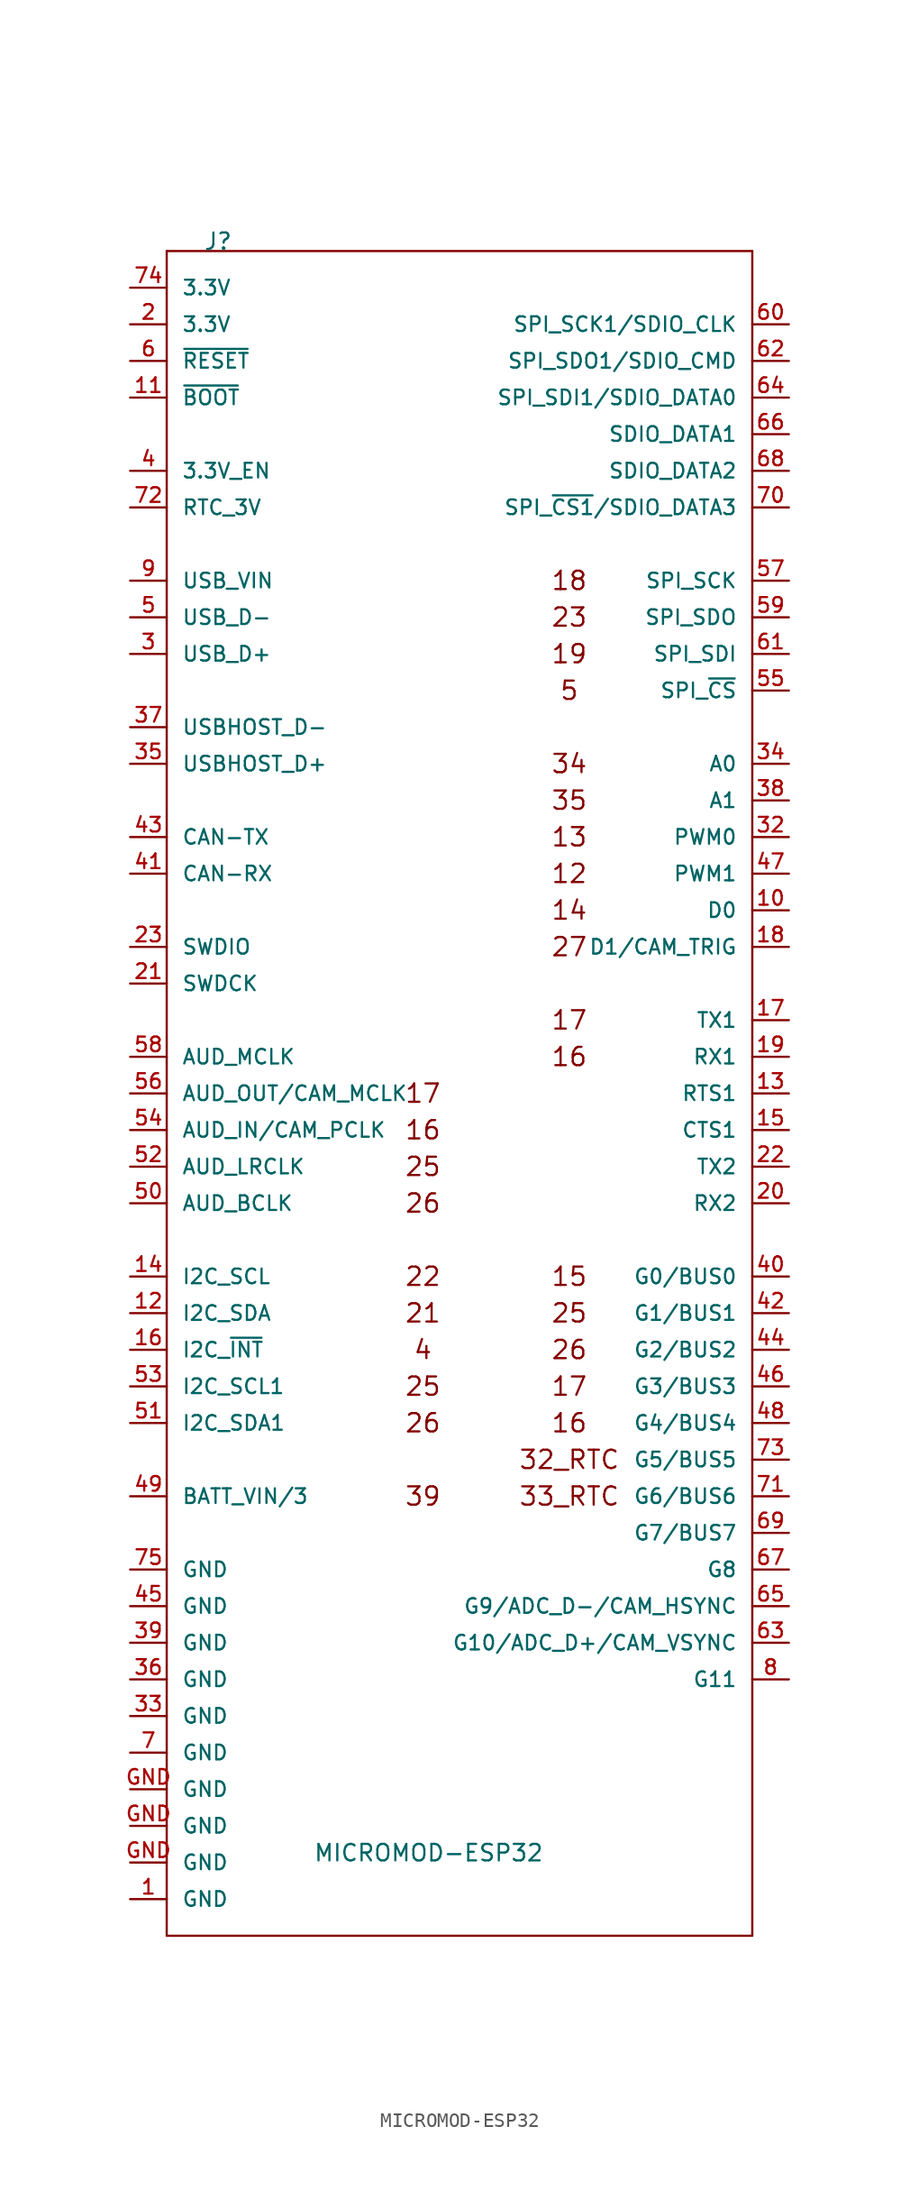
<source format=kicad_sym>
(kicad_symbol_lib
  (version 20211014)
  (generator kicad_symbol_editor)
  (symbol "MICROMOD-ESP32"
    (pin_names
      (offset 1.016))
    (property "Reference" "J"
      (at -17.78 55.88 0)
      (effects (font (size 1.143 1.143)) (justify left bottom)))
    (property "Value" "MICROMOD-ESP32"
      (at -10.16 -55.88 0)
      (effects (font (size 1.143 1.143)) (justify left bottom)))
    (property "ki_locked" ""
      (at 0 0 0)
      (effects (font (size 1.27 1.27))))
    (symbol "MICROMOD-ESP32_0_0"
      (text "12" (at 7.62 12.7 0) (effects (font (size 1.27 1.27))))
      (text "13" (at 7.62 15.24 0) (effects (font (size 1.27 1.27))))
      (text "14" (at 7.62 10.16 0) (effects (font (size 1.27 1.27))))
      (text "15" (at 7.62 -15.24 0) (effects (font (size 1.27 1.27))))
      (text "16" (at -2.54 -5.08 0) (effects (font (size 1.27 1.27))))
      (text "16" (at 7.62 -25.4 0) (effects (font (size 1.27 1.27))))
      (text "16" (at 7.62 0 0) (effects (font (size 1.27 1.27))))
      (text "17" (at -2.54 -2.54 0) (effects (font (size 1.27 1.27))))
      (text "17" (at 7.62 -22.86 0) (effects (font (size 1.27 1.27))))
      (text "17" (at 7.62 2.54 0) (effects (font (size 1.27 1.27))))
      (text "18" (at 7.62 33.02 0) (effects (font (size 1.27 1.27))))
      (text "19" (at 7.62 27.94 0) (effects (font (size 1.27 1.27))))
      (text "21" (at -2.54 -17.78 0) (effects (font (size 1.27 1.27))))
      (text "22" (at -2.54 -15.24 0) (effects (font (size 1.27 1.27))))
      (text "23" (at 7.62 30.48 0) (effects (font (size 1.27 1.27))))
      (text "25" (at -2.54 -22.86 0) (effects (font (size 1.27 1.27))))
      (text "25" (at -2.54 -7.62 0) (effects (font (size 1.27 1.27))))
      (text "25" (at 7.62 -17.78 0) (effects (font (size 1.27 1.27))))
      (text "26" (at -2.54 -25.4 0) (effects (font (size 1.27 1.27))))
      (text "26" (at -2.54 -10.16 0) (effects (font (size 1.27 1.27))))
      (text "26" (at 7.62 -20.32 0) (effects (font (size 1.27 1.27))))
      (text "27" (at 7.62 7.62 0) (effects (font (size 1.27 1.27))))
      (text "32_RTC" (at 7.62 -27.94 0) (effects (font (size 1.27 1.27))))
      (text "33_RTC" (at 7.62 -30.48 0) (effects (font (size 1.27 1.27))))
      (text "34" (at 7.62 20.32 0) (effects (font (size 1.27 1.27))))
      (text "35" (at 7.62 17.78 0) (effects (font (size 1.27 1.27))))
      (text "39" (at -2.54 -30.48 0) (effects (font (size 1.27 1.27))))
      (text "4" (at -2.54 -20.32 0) (effects (font (size 1.27 1.27))))
      (text "5" (at 7.62 25.4 0) (effects (font (size 1.27 1.27)))))
    (symbol "MICROMOD-ESP32_1_0"
      (polyline (pts (xy -20.32 -60.96) (xy -20.32 55.88)) (stroke (width 0) (type default) (color 0 0 0 0)) (fill (type none)))
      (polyline (pts (xy -20.32 55.88) (xy 20.32 55.88)) (stroke (width 0) (type default) (color 0 0 0 0)) (fill (type none)))
      (polyline (pts (xy 20.32 -60.96) (xy -20.32 -60.96)) (stroke (width 0) (type default) (color 0 0 0 0)) (fill (type none)))
      (polyline (pts (xy 20.32 55.88) (xy 20.32 -60.96)) (stroke (width 0) (type default) (color 0 0 0 0)) (fill (type none))))
    (symbol "MICROMOD-ESP32_1_1"
      (pin bidirectional line (at -22.86 -58.42 0) (length 2.54) (name "GND" (effects (font (size 1.016 1.016)))) (number "1" (effects (font (size 1.016 1.016)))))
      (pin bidirectional line (at 22.86 10.16 180) (length 2.54) (name "D0" (effects (font (size 1.016 1.016)))) (number "10" (effects (font (size 1.016 1.016)))))
      (pin bidirectional line (at -22.86 45.72 0) (length 2.54) (name "~{BOOT}" (effects (font (size 1.016 1.016)))) (number "11" (effects (font (size 1.016 1.016)))))
      (pin bidirectional line (at -22.86 -17.78 0) (length 2.54) (name "I2C_SDA" (effects (font (size 1.016 1.016)))) (number "12" (effects (font (size 1.016 1.016)))))
      (pin bidirectional line (at 22.86 -2.54 180) (length 2.54) (name "RTS1" (effects (font (size 1.016 1.016)))) (number "13" (effects (font (size 1.016 1.016)))))
      (pin bidirectional line (at -22.86 -15.24 0) (length 2.54) (name "I2C_SCL" (effects (font (size 1.016 1.016)))) (number "14" (effects (font (size 1.016 1.016)))))
      (pin bidirectional line (at 22.86 -5.08 180) (length 2.54) (name "CTS1" (effects (font (size 1.016 1.016)))) (number "15" (effects (font (size 1.016 1.016)))))
      (pin bidirectional line (at -22.86 -20.32 0) (length 2.54) (name "I2C_~{INT}" (effects (font (size 1.016 1.016)))) (number "16" (effects (font (size 1.016 1.016)))))
      (pin bidirectional line (at 22.86 2.54 180) (length 2.54) (name "TX1" (effects (font (size 1.016 1.016)))) (number "17" (effects (font (size 1.016 1.016)))))
      (pin bidirectional line (at 22.86 7.62 180) (length 2.54) (name "D1/CAM_TRIG" (effects (font (size 1.016 1.016)))) (number "18" (effects (font (size 1.016 1.016)))))
      (pin bidirectional line (at 22.86 0 180) (length 2.54) (name "RX1" (effects (font (size 1.016 1.016)))) (number "19" (effects (font (size 1.016 1.016)))))
      (pin bidirectional line (at -22.86 50.8 0) (length 2.54) (name "3.3V" (effects (font (size 1.016 1.016)))) (number "2" (effects (font (size 1.016 1.016)))))
      (pin bidirectional line (at 22.86 -10.16 180) (length 2.54) (name "RX2" (effects (font (size 1.016 1.016)))) (number "20" (effects (font (size 1.016 1.016)))))
      (pin bidirectional line (at -22.86 5.08 0) (length 2.54) (name "SWDCK" (effects (font (size 1.016 1.016)))) (number "21" (effects (font (size 1.016 1.016)))))
      (pin bidirectional line (at 22.86 -7.62 180) (length 2.54) (name "TX2" (effects (font (size 1.016 1.016)))) (number "22" (effects (font (size 1.016 1.016)))))
      (pin bidirectional line (at -22.86 7.62 0) (length 2.54) (name "SWDIO" (effects (font (size 1.016 1.016)))) (number "23" (effects (font (size 1.016 1.016)))))
      (pin bidirectional line (at -22.86 27.94 0) (length 2.54) (name "USB_D+" (effects (font (size 1.016 1.016)))) (number "3" (effects (font (size 1.016 1.016)))))
      (pin bidirectional line (at 22.86 15.24 180) (length 2.54) (name "PWM0" (effects (font (size 1.016 1.016)))) (number "32" (effects (font (size 1.016 1.016)))))
      (pin bidirectional line (at -22.86 -45.72 0) (length 2.54) (name "GND" (effects (font (size 1.016 1.016)))) (number "33" (effects (font (size 1.016 1.016)))))
      (pin bidirectional line (at 22.86 20.32 180) (length 2.54) (name "A0" (effects (font (size 1.016 1.016)))) (number "34" (effects (font (size 1.016 1.016)))))
      (pin bidirectional line (at -22.86 20.32 0) (length 2.54) (name "USBHOST_D+" (effects (font (size 1.016 1.016)))) (number "35" (effects (font (size 1.016 1.016)))))
      (pin bidirectional line (at -22.86 -43.18 0) (length 2.54) (name "GND" (effects (font (size 1.016 1.016)))) (number "36" (effects (font (size 1.016 1.016)))))
      (pin bidirectional line (at -22.86 22.86 0) (length 2.54) (name "USBHOST_D-" (effects (font (size 1.016 1.016)))) (number "37" (effects (font (size 1.016 1.016)))))
      (pin bidirectional line (at 22.86 17.78 180) (length 2.54) (name "A1" (effects (font (size 1.016 1.016)))) (number "38" (effects (font (size 1.016 1.016)))))
      (pin bidirectional line (at -22.86 -40.64 0) (length 2.54) (name "GND" (effects (font (size 1.016 1.016)))) (number "39" (effects (font (size 1.016 1.016)))))
      (pin bidirectional line (at -22.86 40.64 0) (length 2.54) (name "3.3V_EN" (effects (font (size 1.016 1.016)))) (number "4" (effects (font (size 1.016 1.016)))))
      (pin bidirectional line (at 22.86 -15.24 180) (length 2.54) (name "G0/BUS0" (effects (font (size 1.016 1.016)))) (number "40" (effects (font (size 1.016 1.016)))))
      (pin bidirectional line (at -22.86 12.7 0) (length 2.54) (name "CAN-RX" (effects (font (size 1.016 1.016)))) (number "41" (effects (font (size 1.016 1.016)))))
      (pin bidirectional line (at 22.86 -17.78 180) (length 2.54) (name "G1/BUS1" (effects (font (size 1.016 1.016)))) (number "42" (effects (font (size 1.016 1.016)))))
      (pin bidirectional line (at -22.86 15.24 0) (length 2.54) (name "CAN-TX" (effects (font (size 1.016 1.016)))) (number "43" (effects (font (size 1.016 1.016)))))
      (pin bidirectional line (at 22.86 -20.32 180) (length 2.54) (name "G2/BUS2" (effects (font (size 1.016 1.016)))) (number "44" (effects (font (size 1.016 1.016)))))
      (pin bidirectional line (at -22.86 -38.1 0) (length 2.54) (name "GND" (effects (font (size 1.016 1.016)))) (number "45" (effects (font (size 1.016 1.016)))))
      (pin bidirectional line (at 22.86 -22.86 180) (length 2.54) (name "G3/BUS3" (effects (font (size 1.016 1.016)))) (number "46" (effects (font (size 1.016 1.016)))))
      (pin bidirectional line (at 22.86 12.7 180) (length 2.54) (name "PWM1" (effects (font (size 1.016 1.016)))) (number "47" (effects (font (size 1.016 1.016)))))
      (pin bidirectional line (at 22.86 -25.4 180) (length 2.54) (name "G4/BUS4" (effects (font (size 1.016 1.016)))) (number "48" (effects (font (size 1.016 1.016)))))
      (pin bidirectional line (at -22.86 -30.48 0) (length 2.54) (name "BATT_VIN/3" (effects (font (size 1.016 1.016)))) (number "49" (effects (font (size 1.016 1.016)))))
      (pin bidirectional line (at -22.86 30.48 0) (length 2.54) (name "USB_D-" (effects (font (size 1.016 1.016)))) (number "5" (effects (font (size 1.016 1.016)))))
      (pin bidirectional line (at -22.86 -10.16 0) (length 2.54) (name "AUD_BCLK" (effects (font (size 1.016 1.016)))) (number "50" (effects (font (size 1.016 1.016)))))
      (pin bidirectional line (at -22.86 -25.4 0) (length 2.54) (name "I2C_SDA1" (effects (font (size 1.016 1.016)))) (number "51" (effects (font (size 1.016 1.016)))))
      (pin bidirectional line (at -22.86 -7.62 0) (length 2.54) (name "AUD_LRCLK" (effects (font (size 1.016 1.016)))) (number "52" (effects (font (size 1.016 1.016)))))
      (pin bidirectional line (at -22.86 -22.86 0) (length 2.54) (name "I2C_SCL1" (effects (font (size 1.016 1.016)))) (number "53" (effects (font (size 1.016 1.016)))))
      (pin bidirectional line (at -22.86 -5.08 0) (length 2.54) (name "AUD_IN/CAM_PCLK" (effects (font (size 1.016 1.016)))) (number "54" (effects (font (size 1.016 1.016)))))
      (pin bidirectional line (at 22.86 25.4 180) (length 2.54) (name "SPI_~{CS}" (effects (font (size 1.016 1.016)))) (number "55" (effects (font (size 1.016 1.016)))))
      (pin bidirectional line (at -22.86 -2.54 0) (length 2.54) (name "AUD_OUT/CAM_MCLK" (effects (font (size 1.016 1.016)))) (number "56" (effects (font (size 1.016 1.016)))))
      (pin bidirectional line (at 22.86 33.02 180) (length 2.54) (name "SPI_SCK" (effects (font (size 1.016 1.016)))) (number "57" (effects (font (size 1.016 1.016)))))
      (pin bidirectional line (at -22.86 0 0) (length 2.54) (name "AUD_MCLK" (effects (font (size 1.016 1.016)))) (number "58" (effects (font (size 1.016 1.016)))))
      (pin bidirectional line (at 22.86 30.48 180) (length 2.54) (name "SPI_SDO" (effects (font (size 1.016 1.016)))) (number "59" (effects (font (size 1.016 1.016)))))
      (pin bidirectional line (at -22.86 48.26 0) (length 2.54) (name "~{RESET}" (effects (font (size 1.016 1.016)))) (number "6" (effects (font (size 1.016 1.016)))))
      (pin bidirectional line (at 22.86 50.8 180) (length 2.54) (name "SPI_SCK1/SDIO_CLK" (effects (font (size 1.016 1.016)))) (number "60" (effects (font (size 1.016 1.016)))))
      (pin bidirectional line (at 22.86 27.94 180) (length 2.54) (name "SPI_SDI" (effects (font (size 1.016 1.016)))) (number "61" (effects (font (size 1.016 1.016)))))
      (pin bidirectional line (at 22.86 48.26 180) (length 2.54) (name "SPI_SDO1/SDIO_CMD" (effects (font (size 1.016 1.016)))) (number "62" (effects (font (size 1.016 1.016)))))
      (pin bidirectional line (at 22.86 -40.64 180) (length 2.54) (name "G10/ADC_D+/CAM_VSYNC" (effects (font (size 1.016 1.016)))) (number "63" (effects (font (size 1.016 1.016)))))
      (pin bidirectional line (at 22.86 45.72 180) (length 2.54) (name "SPI_SDI1/SDIO_DATA0" (effects (font (size 1.016 1.016)))) (number "64" (effects (font (size 1.016 1.016)))))
      (pin bidirectional line (at 22.86 -38.1 180) (length 2.54) (name "G9/ADC_D-/CAM_HSYNC" (effects (font (size 1.016 1.016)))) (number "65" (effects (font (size 1.016 1.016)))))
      (pin bidirectional line (at 22.86 43.18 180) (length 2.54) (name "SDIO_DATA1" (effects (font (size 1.016 1.016)))) (number "66" (effects (font (size 1.016 1.016)))))
      (pin bidirectional line (at 22.86 -35.56 180) (length 2.54) (name "G8" (effects (font (size 1.016 1.016)))) (number "67" (effects (font (size 1.016 1.016)))))
      (pin bidirectional line (at 22.86 40.64 180) (length 2.54) (name "SDIO_DATA2" (effects (font (size 1.016 1.016)))) (number "68" (effects (font (size 1.016 1.016)))))
      (pin bidirectional line (at 22.86 -33.02 180) (length 2.54) (name "G7/BUS7" (effects (font (size 1.016 1.016)))) (number "69" (effects (font (size 1.016 1.016)))))
      (pin bidirectional line (at -22.86 -48.26 0) (length 2.54) (name "GND" (effects (font (size 1.016 1.016)))) (number "7" (effects (font (size 1.016 1.016)))))
      (pin bidirectional line (at 22.86 38.1 180) (length 2.54) (name "SPI_~{CS1}/SDIO_DATA3" (effects (font (size 1.016 1.016)))) (number "70" (effects (font (size 1.016 1.016)))))
      (pin bidirectional line (at 22.86 -30.48 180) (length 2.54) (name "G6/BUS6" (effects (font (size 1.016 1.016)))) (number "71" (effects (font (size 1.016 1.016)))))
      (pin bidirectional line (at -22.86 38.1 0) (length 2.54) (name "RTC_3V" (effects (font (size 1.016 1.016)))) (number "72" (effects (font (size 1.016 1.016)))))
      (pin bidirectional line (at 22.86 -27.94 180) (length 2.54) (name "G5/BUS5" (effects (font (size 1.016 1.016)))) (number "73" (effects (font (size 1.016 1.016)))))
      (pin bidirectional line (at -22.86 53.34 0) (length 2.54) (name "3.3V" (effects (font (size 1.016 1.016)))) (number "74" (effects (font (size 1.016 1.016)))))
      (pin bidirectional line (at -22.86 -35.56 0) (length 2.54) (name "GND" (effects (font (size 1.016 1.016)))) (number "75" (effects (font (size 1.016 1.016)))))
      (pin bidirectional line (at 22.86 -43.18 180) (length 2.54) (name "G11" (effects (font (size 1.016 1.016)))) (number "8" (effects (font (size 1.016 1.016)))))
      (pin bidirectional line (at -22.86 33.02 0) (length 2.54) (name "USB_VIN" (effects (font (size 1.016 1.016)))) (number "9" (effects (font (size 1.016 1.016)))))
      (pin bidirectional line (at -22.86 -55.88 0) (length 2.54) (name "GND" (effects (font (size 1.016 1.016)))) (number "GND" (effects (font (size 1.016 1.016)))))
      (pin bidirectional line (at -22.86 -53.34 0) (length 2.54) (name "GND" (effects (font (size 1.016 1.016)))) (number "GND" (effects (font (size 1.016 1.016)))))
      (pin bidirectional line (at -22.86 -50.8 0) (length 2.54) (name "GND" (effects (font (size 1.016 1.016)))) (number "GND" (effects (font (size 1.016 1.016))))))))
</source>
